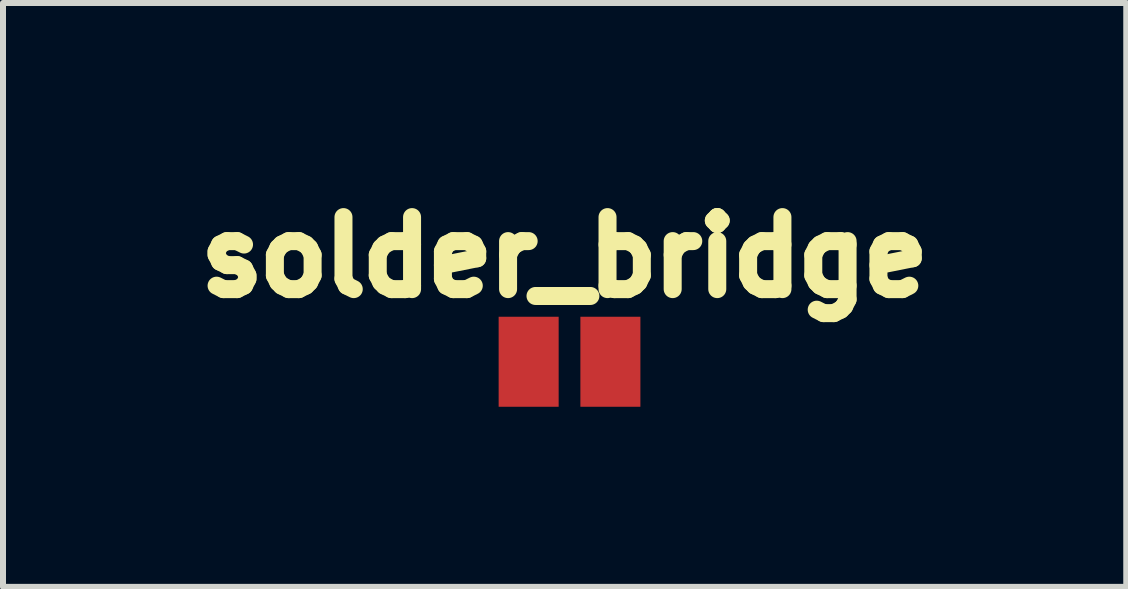
<source format=kicad_pcb>
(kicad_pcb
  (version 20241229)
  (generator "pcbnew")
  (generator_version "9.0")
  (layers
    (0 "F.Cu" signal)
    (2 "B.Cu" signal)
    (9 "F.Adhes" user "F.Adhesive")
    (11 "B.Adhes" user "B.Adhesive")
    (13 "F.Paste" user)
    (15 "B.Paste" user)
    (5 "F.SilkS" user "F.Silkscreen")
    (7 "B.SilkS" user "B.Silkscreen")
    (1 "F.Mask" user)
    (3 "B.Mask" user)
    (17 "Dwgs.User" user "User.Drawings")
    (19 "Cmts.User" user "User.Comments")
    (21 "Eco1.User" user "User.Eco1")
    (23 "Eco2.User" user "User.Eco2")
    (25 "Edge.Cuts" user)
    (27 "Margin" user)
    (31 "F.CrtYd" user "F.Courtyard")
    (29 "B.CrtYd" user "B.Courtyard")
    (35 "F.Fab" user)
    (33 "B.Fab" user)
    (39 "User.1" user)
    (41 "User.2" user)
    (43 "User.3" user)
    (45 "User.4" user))
  (footprint "solder_bridge"
    (layer "F.Cu")
    (at 6.359 2.978)
    (property "Reference" "solder_bridge" (at 0 -1.75 0) (layer "F.SilkS") (effects (font (size 1.2 1.2) (thickness 0.3))))
    (attr through_hole)
    (pad "1" smd rect (at -0.6 0) (size 1 1.5) (layers "F.Cu" "F.Mask" "F.Paste"))
    (pad "2" smd rect (at 0.762 0) (size 1 1.5) (layers "F.Cu" "F.Mask" "F.Paste")))
  (gr_rect
    (start -3 -3)
    (end 15.717 6.729)
    (stroke (width 0.1) (type default))
    (fill no)
    (layer "Edge.Cuts")))
</source>
